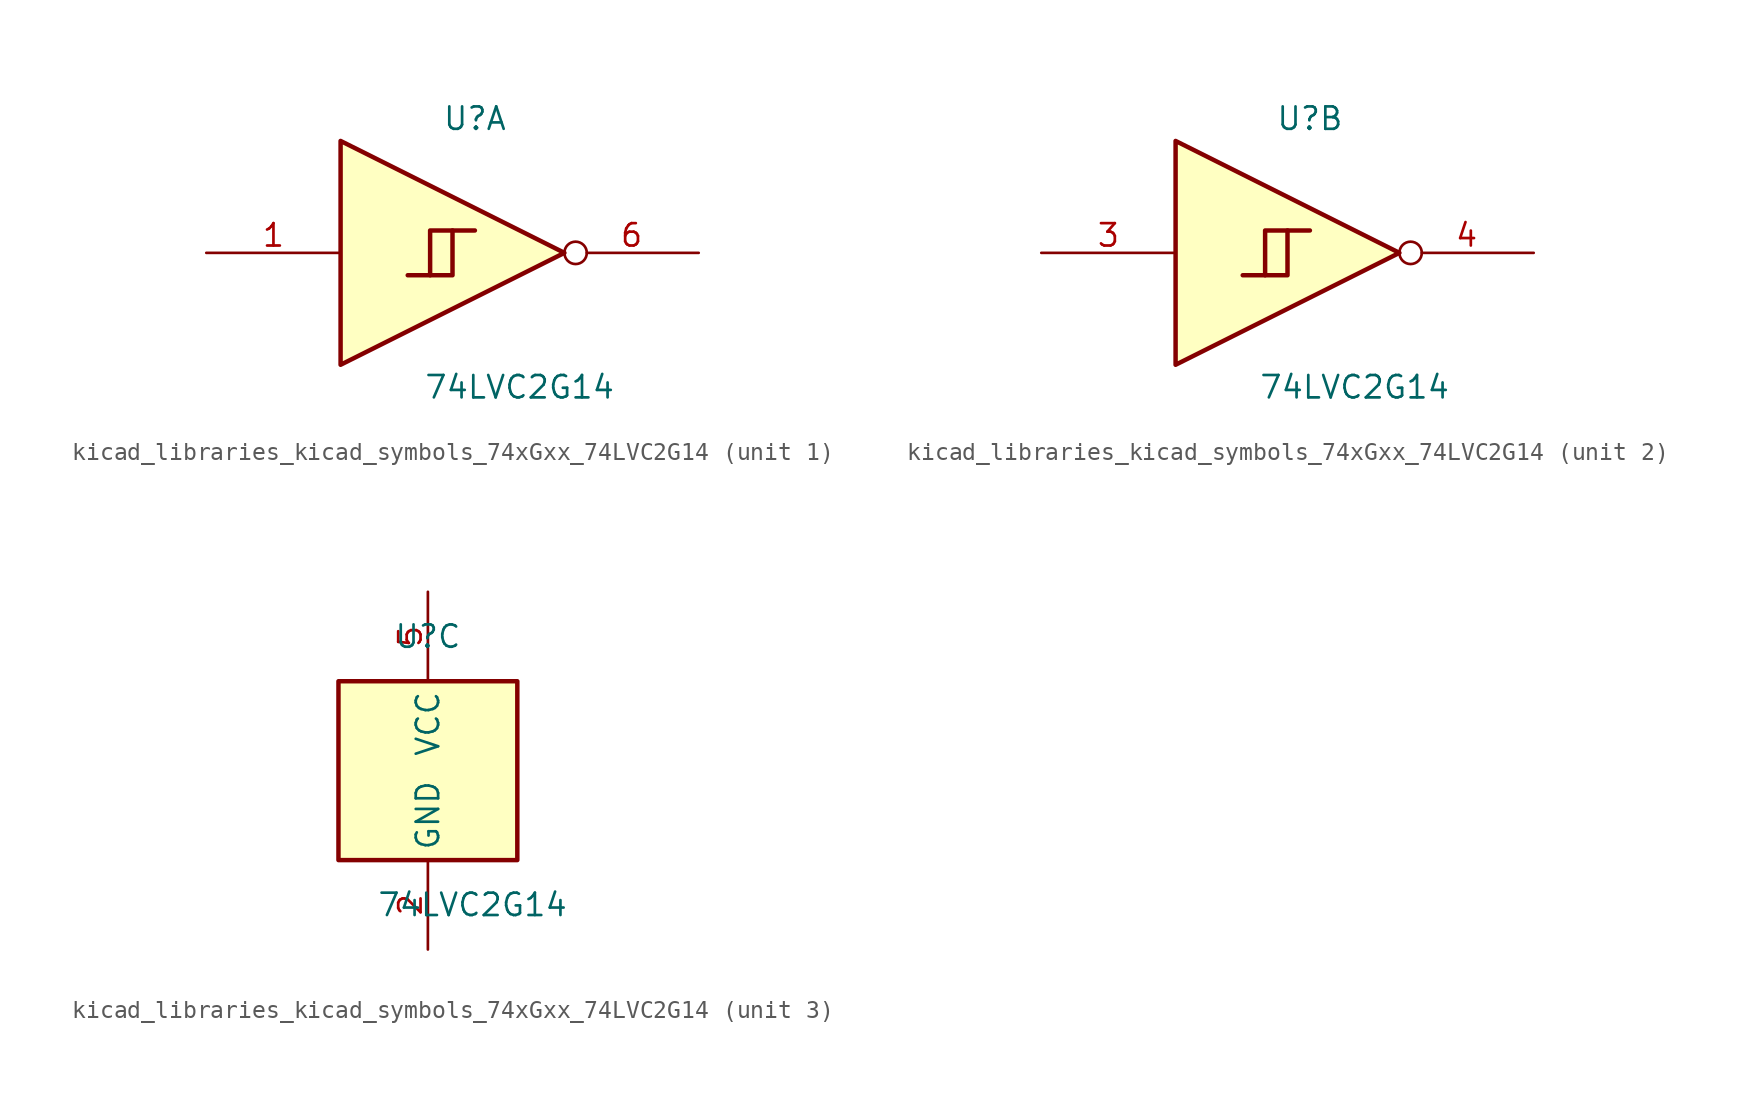
<source format=kicad_sym>
(kicad_symbol_lib
  (version 20220914)
  (generator kicad_symbol_editor)
  (symbol "kicad_libraries_kicad_symbols_74xGxx_74LVC2G14"
    (property "Reference" "U"
      (at 0 7.62 0)
      (effects (font (size 1.27 1.27))))
    (property "Value" "74LVC2G14"
      (at 2.54 -7.62 0)
      (effects (font (size 1.27 1.27))))
    (symbol "kicad_libraries_kicad_symbols_74xGxx_74LVC2G14_1_1"
      (polyline (pts (xy -2.54 -1.27) (xy -1.27 -1.27) (xy -1.27 1.27)) (stroke (width 0.254) (type default)) (fill (type background)))
      (polyline (pts (xy -7.62 6.35) (xy -7.62 -6.35) (xy 5.08 0) (xy -7.62 6.35)) (stroke (width 0.254) (type default)) (fill (type background)))
      (polyline (pts (xy -3.81 -1.27) (xy -2.54 -1.27) (xy -2.54 1.27) (xy 0 1.27)) (stroke (width 0.254) (type default)) (fill (type background)))
      (pin input line (at -15.24 0 0) (length 7.62) (name "~" (effects (font (size 1.27 1.27)))) (number "1" (effects (font (size 1.27 1.27)))))
      (pin output inverted (at 12.7 0 180) (length 7.62) (name "~" (effects (font (size 1.27 1.27)))) (number "6" (effects (font (size 1.27 1.27))))))
    (symbol "kicad_libraries_kicad_symbols_74xGxx_74LVC2G14_2_1"
      (polyline (pts (xy -2.54 -1.27) (xy -1.27 -1.27) (xy -1.27 1.27)) (stroke (width 0.254) (type default)) (fill (type background)))
      (polyline (pts (xy -7.62 6.35) (xy -7.62 -6.35) (xy 5.08 0) (xy -7.62 6.35)) (stroke (width 0.254) (type default)) (fill (type background)))
      (polyline (pts (xy -3.81 -1.27) (xy -2.54 -1.27) (xy -2.54 1.27) (xy 0 1.27)) (stroke (width 0.254) (type default)) (fill (type background)))
      (pin input line (at -15.24 0 0) (length 7.62) (name "~" (effects (font (size 1.27 1.27)))) (number "3" (effects (font (size 1.27 1.27)))))
      (pin output inverted (at 12.7 0 180) (length 7.62) (name "~" (effects (font (size 1.27 1.27)))) (number "4" (effects (font (size 1.27 1.27))))))
    (symbol "kicad_libraries_kicad_symbols_74xGxx_74LVC2G14_3_0"
      (rectangle (start -5.08 -5.08) (end 5.08 5.08) (stroke (width 0.254) (type default)) (fill (type background))))
    (symbol "kicad_libraries_kicad_symbols_74xGxx_74LVC2G14_3_1"
      (pin power_in line (at 0 -10.16 90) (length 5.08) (name "GND" (effects (font (size 1.27 1.27)))) (number "2" (effects (font (size 1.27 1.27)))))
      (pin power_in line (at 0 10.16 270) (length 5.08) (name "VCC" (effects (font (size 1.27 1.27)))) (number "5" (effects (font (size 1.27 1.27))))))))
</source>
